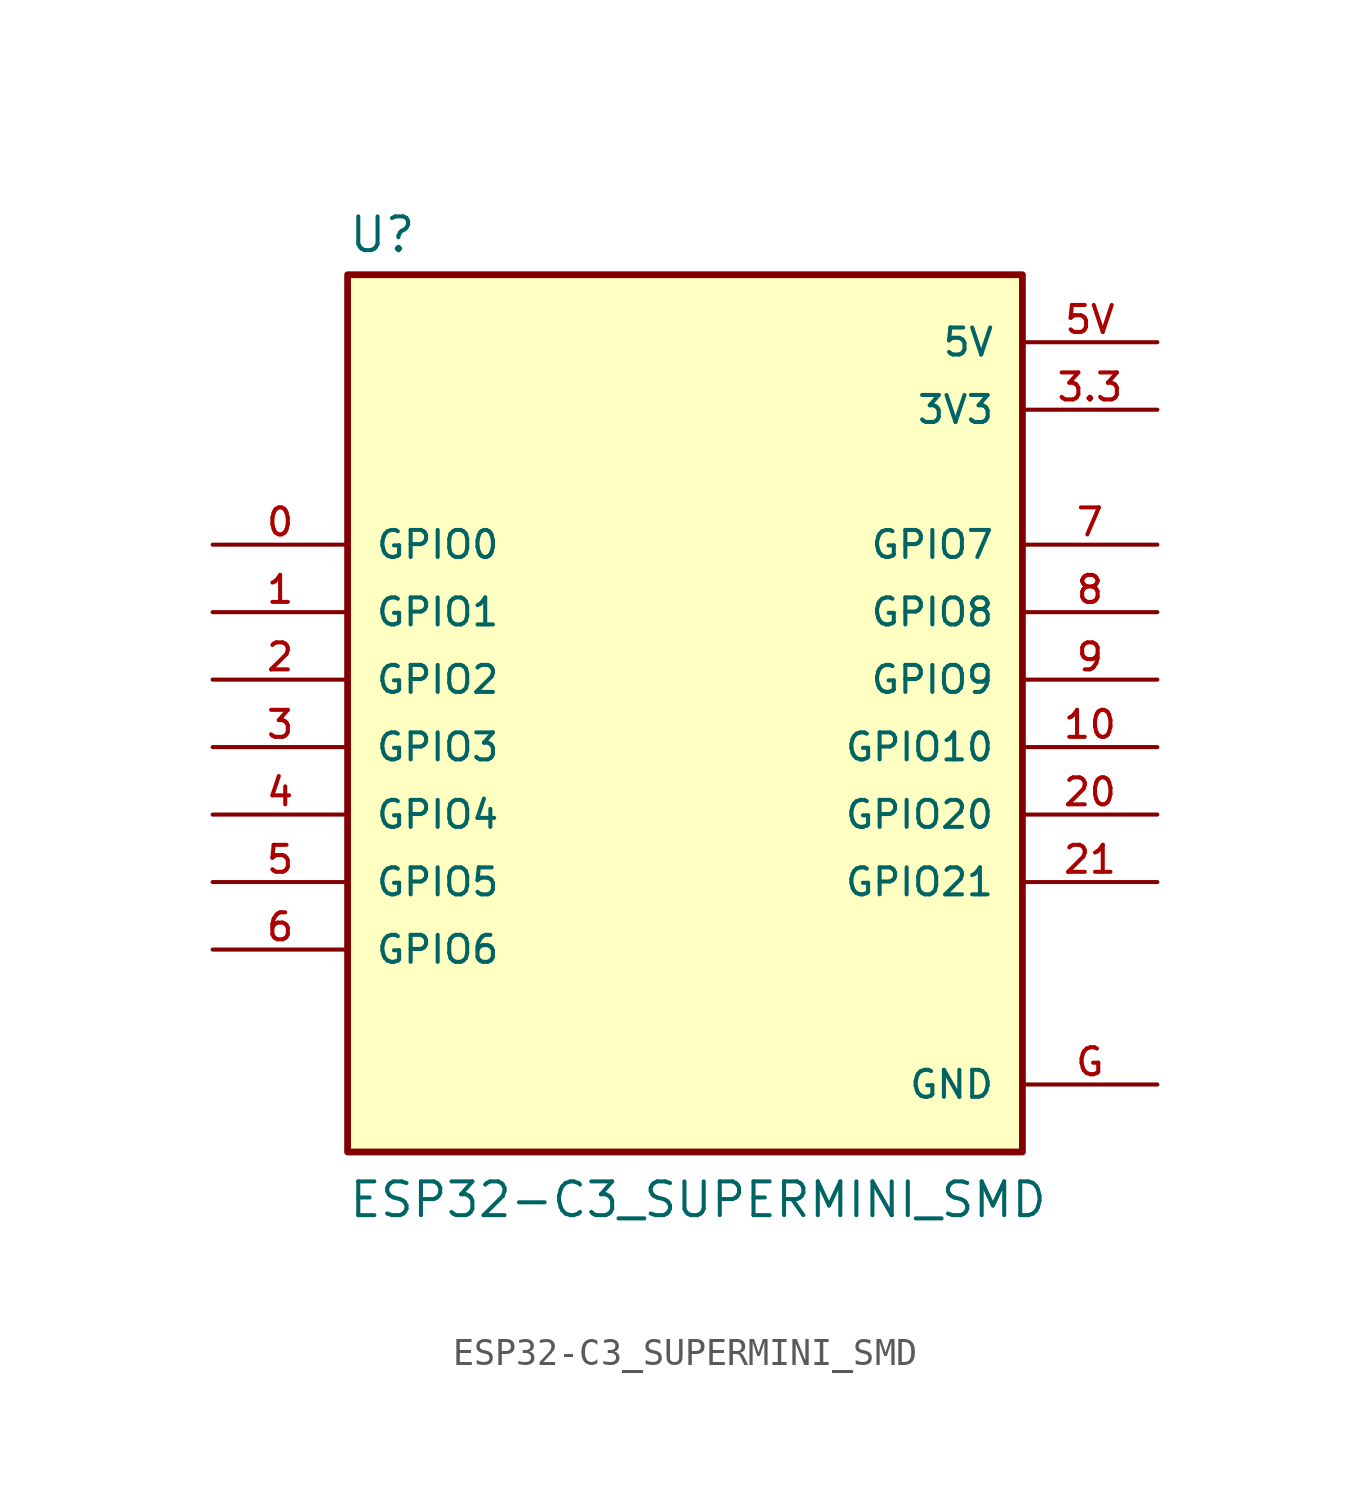
<source format=kicad_sym>
(kicad_symbol_lib
  (version 20231120)
  (generator "kicad_symbol_editor")
  (generator_version "8.0")
  (symbol "ESP32-C3_SUPERMINI_SMD"
    (pin_names
      (offset 1.016))
    (property "Reference" "U"
      (at -12.7 16.002 0)
      (effects (font (size 1.27 1.27)) (justify left bottom)))
    (property "Value" "ESP32-C3_SUPERMINI_SMD"
      (at -12.7 -20.32 0)
      (effects (font (size 1.27 1.27)) (justify left bottom)))
    (symbol "ESP32-C3_SUPERMINI_SMD_0_0"
      (rectangle (start -12.7 -17.78) (end 12.7 15.24) (stroke (width 0.254) (type default)) (fill (type background)))
      (pin bidirectional line (at -17.78 5.08 0) (length 5.08) (name "GPIO0" (effects (font (size 1.016 1.016)))) (number "0" (effects (font (size 1.016 1.016)))))
      (pin bidirectional line (at -17.78 2.54 0) (length 5.08) (name "GPIO1" (effects (font (size 1.016 1.016)))) (number "1" (effects (font (size 1.016 1.016)))))
      (pin bidirectional line (at 17.78 -2.54 180) (length 5.08) (name "GPIO10" (effects (font (size 1.016 1.016)))) (number "10" (effects (font (size 1.016 1.016)))))
      (pin bidirectional line (at -17.78 0 0) (length 5.08) (name "GPIO2" (effects (font (size 1.016 1.016)))) (number "2" (effects (font (size 1.016 1.016)))))
      (pin bidirectional line (at 17.78 -5.08 180) (length 5.08) (name "GPIO20" (effects (font (size 1.016 1.016)))) (number "20" (effects (font (size 1.016 1.016)))))
      (pin bidirectional line (at 17.78 -7.62 180) (length 5.08) (name "GPIO21" (effects (font (size 1.016 1.016)))) (number "21" (effects (font (size 1.016 1.016)))))
      (pin bidirectional line (at -17.78 -2.54 0) (length 5.08) (name "GPIO3" (effects (font (size 1.016 1.016)))) (number "3" (effects (font (size 1.016 1.016)))))
      (pin power_in line (at 17.78 10.16 180) (length 5.08) (name "3V3" (effects (font (size 1.016 1.016)))) (number "3.3" (effects (font (size 1.016 1.016)))))
      (pin bidirectional line (at -17.78 -5.08 0) (length 5.08) (name "GPIO4" (effects (font (size 1.016 1.016)))) (number "4" (effects (font (size 1.016 1.016)))))
      (pin bidirectional line (at -17.78 -7.62 0) (length 5.08) (name "GPIO5" (effects (font (size 1.016 1.016)))) (number "5" (effects (font (size 1.016 1.016)))))
      (pin power_in line (at 17.78 12.7 180) (length 5.08) (name "5V" (effects (font (size 1.016 1.016)))) (number "5V" (effects (font (size 1.016 1.016)))))
      (pin bidirectional line (at -17.78 -10.16 0) (length 5.08) (name "GPIO6" (effects (font (size 1.016 1.016)))) (number "6" (effects (font (size 1.016 1.016)))))
      (pin bidirectional line (at 17.78 5.08 180) (length 5.08) (name "GPIO7" (effects (font (size 1.016 1.016)))) (number "7" (effects (font (size 1.016 1.016)))))
      (pin bidirectional line (at 17.78 2.54 180) (length 5.08) (name "GPIO8" (effects (font (size 1.016 1.016)))) (number "8" (effects (font (size 1.016 1.016)))))
      (pin bidirectional line (at 17.78 0 180) (length 5.08) (name "GPIO9" (effects (font (size 1.016 1.016)))) (number "9" (effects (font (size 1.016 1.016)))))
      (pin power_in line (at 17.78 -15.24 180) (length 5.08) (name "GND" (effects (font (size 1.016 1.016)))) (number "G" (effects (font (size 1.016 1.016))))))))
</source>
